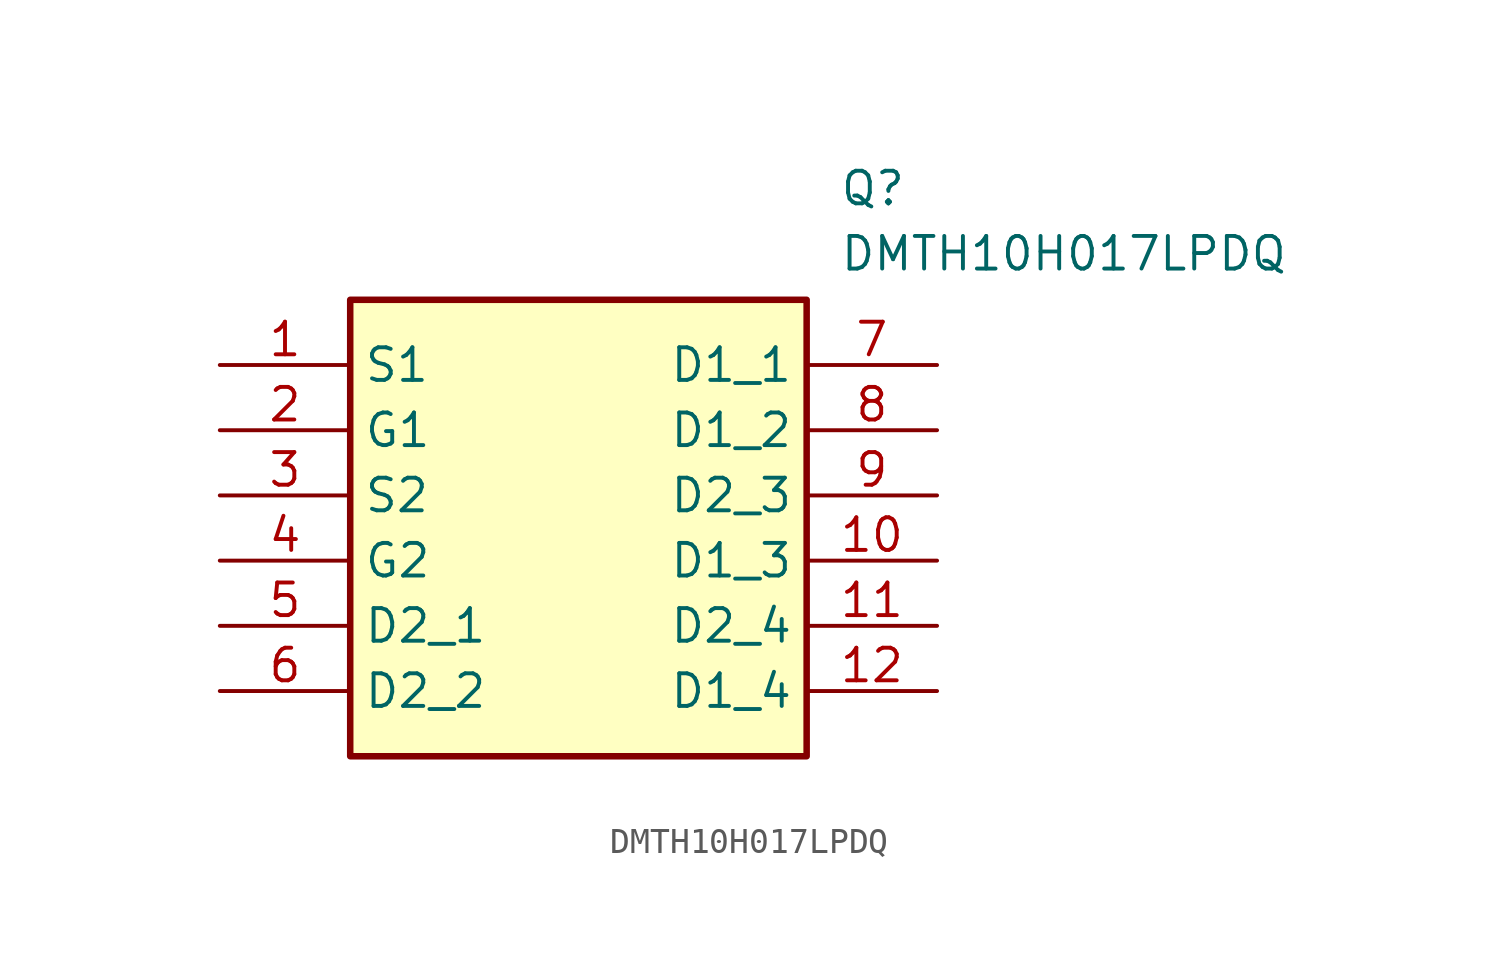
<source format=kicad_sym>
(kicad_symbol_lib
  (version 20211014)
  (generator SamacSys_ECAD_Model)
  (symbol "DMTH10H017LPDQ"
    (property "Reference" "Q"
      (at 24.13 7.62 0)
      (effects (font (size 1.27 1.27)) (justify left top)))
    (property "Value" "DMTH10H017LPDQ"
      (at 24.13 5.08 0)
      (effects (font (size 1.27 1.27)) (justify left top)))
    (rectangle
      (start 5.08 2.54)
      (end 22.86 -15.24)
      (stroke (width 0.254) (type default))
      (fill (type background)))
    (pin passive line
      (at 0 0 0)
      (length 5.08)
      (name "S1" (effects (font (size 1.27 1.27))))
      (number "1" (effects (font (size 1.27 1.27)))))
    (pin passive line
      (at 0 -2.54 0)
      (length 5.08)
      (name "G1" (effects (font (size 1.27 1.27))))
      (number "2" (effects (font (size 1.27 1.27)))))
    (pin passive line
      (at 0 -5.08 0)
      (length 5.08)
      (name "S2" (effects (font (size 1.27 1.27))))
      (number "3" (effects (font (size 1.27 1.27)))))
    (pin passive line
      (at 0 -7.62 0)
      (length 5.08)
      (name "G2" (effects (font (size 1.27 1.27))))
      (number "4" (effects (font (size 1.27 1.27)))))
    (pin passive line
      (at 0 -10.16 0)
      (length 5.08)
      (name "D2_1" (effects (font (size 1.27 1.27))))
      (number "5" (effects (font (size 1.27 1.27)))))
    (pin passive line
      (at 0 -12.7 0)
      (length 5.08)
      (name "D2_2" (effects (font (size 1.27 1.27))))
      (number "6" (effects (font (size 1.27 1.27)))))
    (pin passive line
      (at 27.94 0 180)
      (length 5.08)
      (name "D1_1" (effects (font (size 1.27 1.27))))
      (number "7" (effects (font (size 1.27 1.27)))))
    (pin passive line
      (at 27.94 -2.54 180)
      (length 5.08)
      (name "D1_2" (effects (font (size 1.27 1.27))))
      (number "8" (effects (font (size 1.27 1.27)))))
    (pin passive line
      (at 27.94 -5.08 180)
      (length 5.08)
      (name "D2_3" (effects (font (size 1.27 1.27))))
      (number "9" (effects (font (size 1.27 1.27)))))
    (pin passive line
      (at 27.94 -7.62 180)
      (length 5.08)
      (name "D1_3" (effects (font (size 1.27 1.27))))
      (number "10" (effects (font (size 1.27 1.27)))))
    (pin passive line
      (at 27.94 -10.16 180)
      (length 5.08)
      (name "D2_4" (effects (font (size 1.27 1.27))))
      (number "11" (effects (font (size 1.27 1.27)))))
    (pin passive line
      (at 27.94 -12.7 180)
      (length 5.08)
      (name "D1_4" (effects (font (size 1.27 1.27))))
      (number "12" (effects (font (size 1.27 1.27)))))))
</source>
